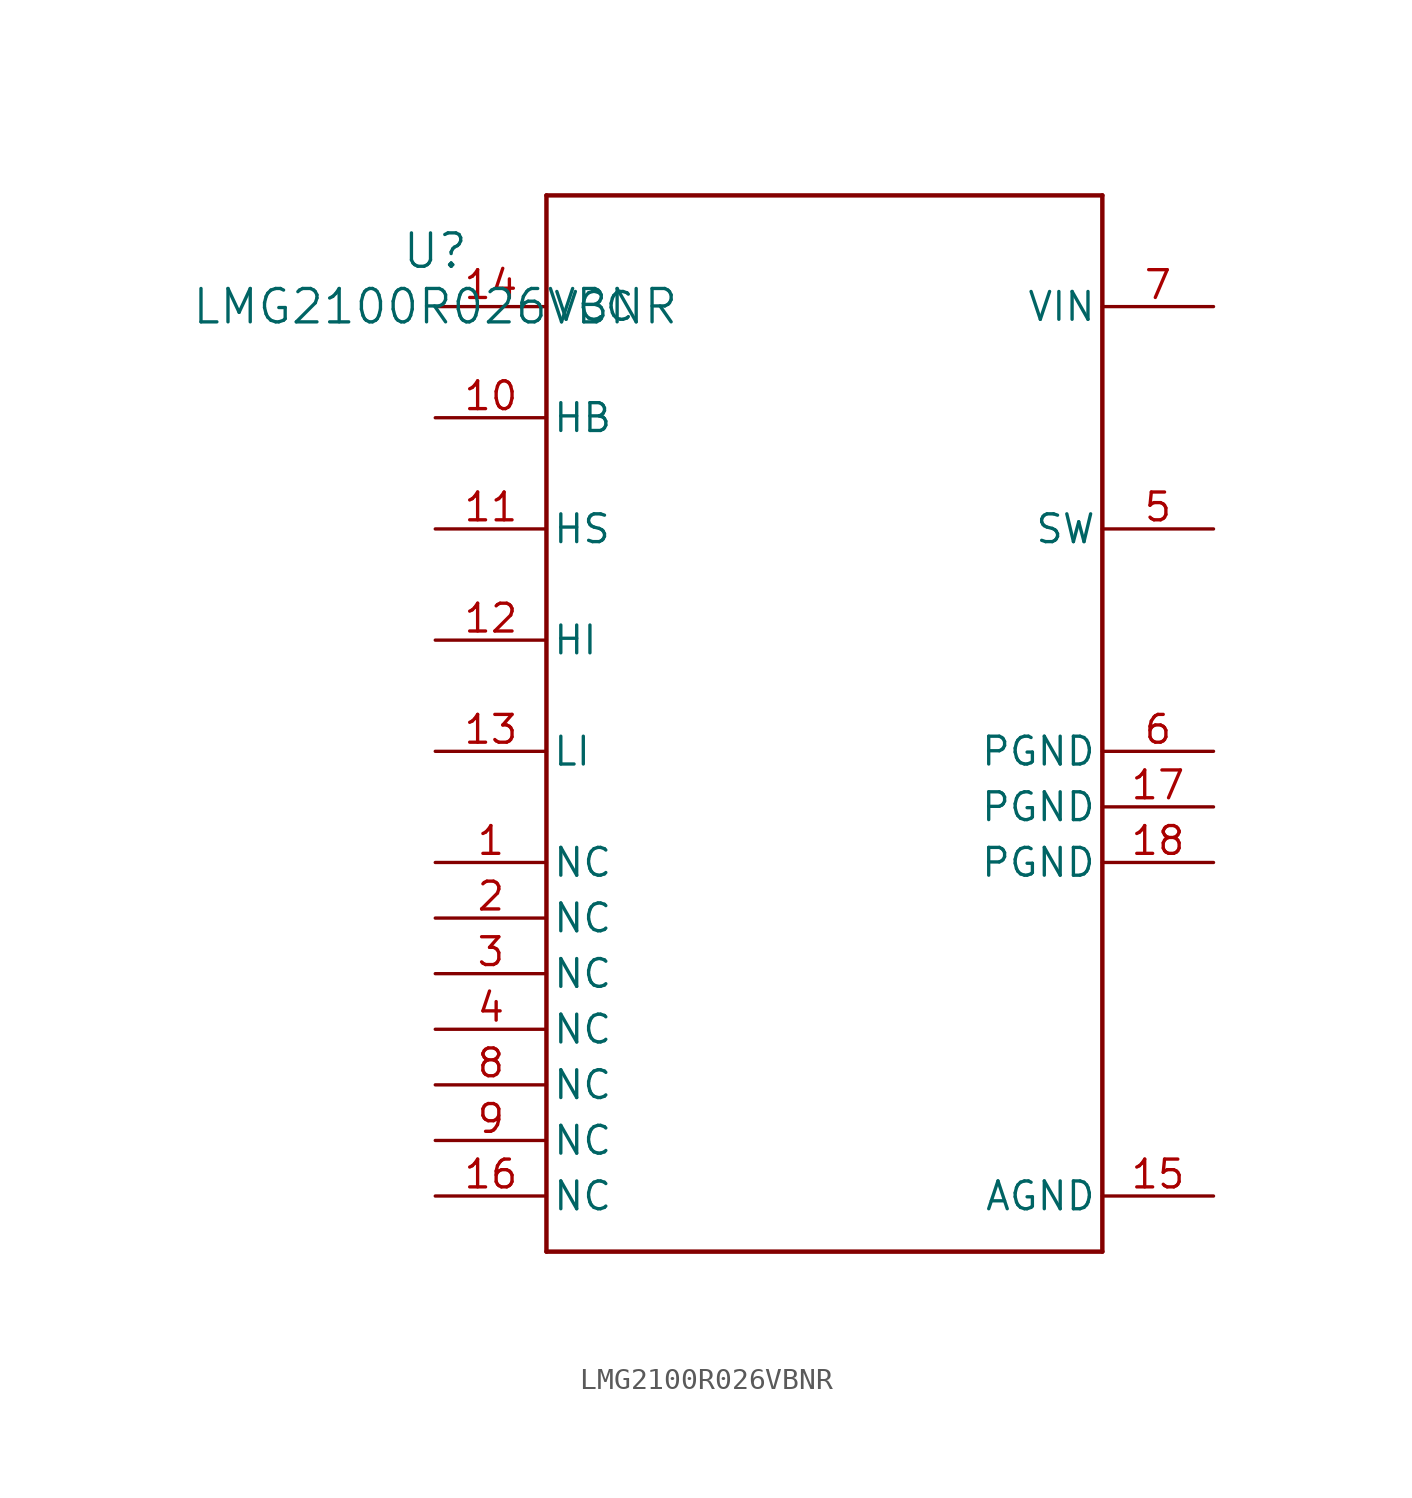
<source format=kicad_sym>
(kicad_symbol_lib
  (version 20211014)
  (generator kicad_symbol_editor)
  (symbol "LMG2100R026VBNR"
    (pin_names
      (offset 0.254))
    (property "Reference" "U"
      (at 0 2.54 0)
      (effects (font (size 1.524 1.524))))
    (property "Value" "LMG2100R026VBNR"
      (at 0 0 0)
      (effects (font (size 1.524 1.524))))
    (symbol "LMG2100R026VBNR_0_1"
      (polyline (pts (xy 5.08 -43.18) (xy 30.48 -43.18)) (stroke (width 0.203) (type default) (color 0 0 0 0)) (fill (type none)))
      (polyline (pts (xy 30.48 -43.18) (xy 30.48 5.08)) (stroke (width 0.203) (type default) (color 0 0 0 0)) (fill (type none)))
      (polyline (pts (xy 30.48 5.08) (xy 5.08 5.08)) (stroke (width 0.203) (type default) (color 0 0 0 0)) (fill (type none)))
      (polyline (pts (xy 5.08 5.08) (xy 5.08 -43.18)) (stroke (width 0.203) (type default) (color 0 0 0 0)) (fill (type none)))
      (pin unspecified line (at 0 -25.4 0) (length 5.08) (name "NC" (effects (font (size 1.27 1.27)))) (number "1" (effects (font (size 1.27 1.27)))))
      (pin unspecified line (at 0 -27.94 0) (length 5.08) (name "NC" (effects (font (size 1.27 1.27)))) (number "2" (effects (font (size 1.27 1.27)))))
      (pin unspecified line (at 0 -30.48 0) (length 5.08) (name "NC" (effects (font (size 1.27 1.27)))) (number "3" (effects (font (size 1.27 1.27)))))
      (pin unspecified line (at 0 -33.02 0) (length 5.08) (name "NC" (effects (font (size 1.27 1.27)))) (number "4" (effects (font (size 1.27 1.27)))))
      (pin unspecified line (at 35.56 -10.16 180) (length 5.08) (name "SW" (effects (font (size 1.27 1.27)))) (number "5" (effects (font (size 1.27 1.27)))))
      (pin power_in line (at 35.56 -20.32 180) (length 5.08) (name "PGND" (effects (font (size 1.27 1.27)))) (number "6" (effects (font (size 1.27 1.27)))))
      (pin power_in line (at 35.56 0 180) (length 5.08) (name "VIN" (effects (font (size 1.27 1.27)))) (number "7" (effects (font (size 1.27 1.27)))))
      (pin unspecified line (at 0 -35.56 0) (length 5.08) (name "NC" (effects (font (size 1.27 1.27)))) (number "8" (effects (font (size 1.27 1.27)))))
      (pin unspecified line (at 0 -38.1 0) (length 5.08) (name "NC" (effects (font (size 1.27 1.27)))) (number "9" (effects (font (size 1.27 1.27)))))
      (pin unspecified line (at 0 -5.08 0) (length 5.08) (name "HB" (effects (font (size 1.27 1.27)))) (number "10" (effects (font (size 1.27 1.27)))))
      (pin unspecified line (at 0 -10.16 0) (length 5.08) (name "HS" (effects (font (size 1.27 1.27)))) (number "11" (effects (font (size 1.27 1.27)))))
      (pin input line (at 0 -15.24 0) (length 5.08) (name "HI" (effects (font (size 1.27 1.27)))) (number "12" (effects (font (size 1.27 1.27)))))
      (pin input line (at 0 -20.32 0) (length 5.08) (name "LI" (effects (font (size 1.27 1.27)))) (number "13" (effects (font (size 1.27 1.27)))))
      (pin power_in line (at 0 0 0) (length 5.08) (name "VCC" (effects (font (size 1.27 1.27)))) (number "14" (effects (font (size 1.27 1.27)))))
      (pin power_in line (at 35.56 -40.64 180) (length 5.08) (name "AGND" (effects (font (size 1.27 1.27)))) (number "15" (effects (font (size 1.27 1.27)))))
      (pin unspecified line (at 0 -40.64 0) (length 5.08) (name "NC" (effects (font (size 1.27 1.27)))) (number "16" (effects (font (size 1.27 1.27)))))
      (pin power_in line (at 35.56 -22.86 180) (length 5.08) (name "PGND" (effects (font (size 1.27 1.27)))) (number "17" (effects (font (size 1.27 1.27)))))
      (pin power_in line (at 35.56 -25.4 180) (length 5.08) (name "PGND" (effects (font (size 1.27 1.27)))) (number "18" (effects (font (size 1.27 1.27))))))))
</source>
